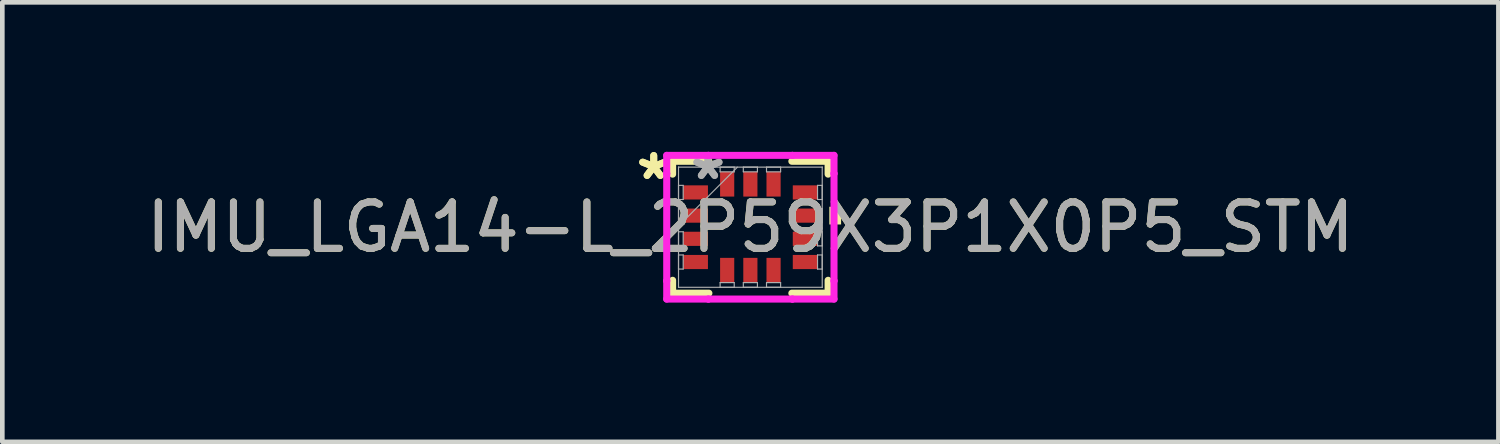
<source format=kicad_pcb>
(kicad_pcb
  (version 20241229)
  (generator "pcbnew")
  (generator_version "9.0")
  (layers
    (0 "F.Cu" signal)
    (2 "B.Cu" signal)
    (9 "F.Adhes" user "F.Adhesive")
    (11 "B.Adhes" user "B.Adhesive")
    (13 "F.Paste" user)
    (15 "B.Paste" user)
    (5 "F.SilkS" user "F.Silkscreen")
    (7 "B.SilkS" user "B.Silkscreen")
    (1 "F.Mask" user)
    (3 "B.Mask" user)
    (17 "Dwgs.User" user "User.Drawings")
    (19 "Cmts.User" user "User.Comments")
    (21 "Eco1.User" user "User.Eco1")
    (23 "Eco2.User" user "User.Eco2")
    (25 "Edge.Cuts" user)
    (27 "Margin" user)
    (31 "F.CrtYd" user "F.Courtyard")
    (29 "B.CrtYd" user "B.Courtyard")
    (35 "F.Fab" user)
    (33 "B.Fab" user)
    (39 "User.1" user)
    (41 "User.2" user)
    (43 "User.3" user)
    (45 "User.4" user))
  (footprint "IMU_LGA14-L_2P59X3P1X0P5_STM"
    (layer "F.Cu")
    (at 13.125 1.848)
    (property "Reference" "IMU_LGA14-L_2P59X3P1X0P5_STM" (at 0 0 0) (unlocked yes) (layer "F.SilkS") (effects (font (size 1 1) (thickness 0.15))))
    (attr smd)
    (fp_line (start -1.676 -1.422) (end -1.676 -1.144) (stroke (width 0.152) (type solid)) (layer "F.SilkS"))
    (fp_line (start -1.676 1.144) (end -1.676 1.422) (stroke (width 0.152) (type solid)) (layer "F.SilkS"))
    (fp_line (start -1.676 1.422) (end -0.894 1.422) (stroke (width 0.152) (type solid)) (layer "F.SilkS"))
    (fp_line (start -0.894 -1.422) (end -1.676 -1.422) (stroke (width 0.152) (type solid)) (layer "F.SilkS"))
    (fp_line (start 0.894 1.422) (end 1.676 1.422) (stroke (width 0.152) (type solid)) (layer "F.SilkS"))
    (fp_line (start 1.676 -1.422) (end 0.894 -1.422) (stroke (width 0.152) (type solid)) (layer "F.SilkS"))
    (fp_line (start 1.676 -1.144) (end 1.676 -1.422) (stroke (width 0.152) (type solid)) (layer "F.SilkS"))
    (fp_line (start 1.676 1.422) (end 1.676 1.144) (stroke (width 0.152) (type solid)) (layer "F.SilkS"))
    (fp_poly (pts (xy 1.956 -0.441) (xy 1.956 -0.059) (xy 1.702 -0.059) (xy 1.702 -0.441)) (stroke (width 0) (type solid)) (fill yes) (layer "F.SilkS"))
    (fp_line (start -1.803 -1.549) (end -0.906 -1.549) (stroke (width 0.152) (type solid)) (layer "F.CrtYd"))
    (fp_line (start -1.803 -1.156) (end -1.803 -1.549) (stroke (width 0.152) (type solid)) (layer "F.CrtYd"))
    (fp_line (start -1.803 -1.156) (end -1.803 -1.156) (stroke (width 0.152) (type solid)) (layer "F.CrtYd"))
    (fp_line (start -1.803 1.156) (end -1.803 -1.156) (stroke (width 0.152) (type solid)) (layer "F.CrtYd"))
    (fp_line (start -1.803 1.156) (end -1.803 1.156) (stroke (width 0.152) (type solid)) (layer "F.CrtYd"))
    (fp_line (start -1.803 1.549) (end -1.803 1.156) (stroke (width 0.152) (type solid)) (layer "F.CrtYd"))
    (fp_line (start -0.906 -1.549) (end -0.906 -1.549) (stroke (width 0.152) (type solid)) (layer "F.CrtYd"))
    (fp_line (start -0.906 -1.549) (end 0.906 -1.549) (stroke (width 0.152) (type solid)) (layer "F.CrtYd"))
    (fp_line (start -0.906 1.549) (end -1.803 1.549) (stroke (width 0.152) (type solid)) (layer "F.CrtYd"))
    (fp_line (start -0.906 1.549) (end -0.906 1.549) (stroke (width 0.152) (type solid)) (layer "F.CrtYd"))
    (fp_line (start 0.906 -1.549) (end 0.906 -1.549) (stroke (width 0.152) (type solid)) (layer "F.CrtYd"))
    (fp_line (start 0.906 -1.549) (end 1.803 -1.549) (stroke (width 0.152) (type solid)) (layer "F.CrtYd"))
    (fp_line (start 0.906 1.549) (end -0.906 1.549) (stroke (width 0.152) (type solid)) (layer "F.CrtYd"))
    (fp_line (start 0.906 1.549) (end 0.906 1.549) (stroke (width 0.152) (type solid)) (layer "F.CrtYd"))
    (fp_line (start 1.803 -1.549) (end 1.803 -1.156) (stroke (width 0.152) (type solid)) (layer "F.CrtYd"))
    (fp_line (start 1.803 -1.156) (end 1.803 -1.156) (stroke (width 0.152) (type solid)) (layer "F.CrtYd"))
    (fp_line (start 1.803 -1.156) (end 1.803 1.156) (stroke (width 0.152) (type solid)) (layer "F.CrtYd"))
    (fp_line (start 1.803 1.156) (end 1.803 1.156) (stroke (width 0.152) (type solid)) (layer "F.CrtYd"))
    (fp_line (start 1.803 1.156) (end 1.803 1.549) (stroke (width 0.152) (type solid)) (layer "F.CrtYd"))
    (fp_line (start 1.803 1.549) (end 0.906 1.549) (stroke (width 0.152) (type solid)) (layer "F.CrtYd"))
    (fp_line (start -1.549 -1.295) (end -1.549 -1.295) (stroke (width 0.025) (type solid)) (layer "F.Fab"))
    (fp_line (start -1.549 -1.295) (end -1.549 1.295) (stroke (width 0.025) (type solid)) (layer "F.Fab"))
    (fp_line (start -1.549 -0.902) (end -1.448 -0.902) (stroke (width 0.025) (type solid)) (layer "F.Fab"))
    (fp_line (start -1.549 -0.598) (end -1.549 -0.902) (stroke (width 0.025) (type solid)) (layer "F.Fab"))
    (fp_line (start -1.549 -0.402) (end -1.448 -0.402) (stroke (width 0.025) (type solid)) (layer "F.Fab"))
    (fp_line (start -1.549 -0.098) (end -1.549 -0.402) (stroke (width 0.025) (type solid)) (layer "F.Fab"))
    (fp_line (start -1.549 -0.025) (end -0.279 -1.295) (stroke (width 0.025) (type solid)) (layer "F.Fab"))
    (fp_line (start -1.549 0.098) (end -1.448 0.098) (stroke (width 0.025) (type solid)) (layer "F.Fab"))
    (fp_line (start -1.549 0.402) (end -1.549 0.098) (stroke (width 0.025) (type solid)) (layer "F.Fab"))
    (fp_line (start -1.549 0.598) (end -1.448 0.598) (stroke (width 0.025) (type solid)) (layer "F.Fab"))
    (fp_line (start -1.549 0.902) (end -1.549 0.598) (stroke (width 0.025) (type solid)) (layer "F.Fab"))
    (fp_line (start -1.549 1.295) (end -1.549 1.295) (stroke (width 0.025) (type solid)) (layer "F.Fab"))
    (fp_line (start -1.549 1.295) (end 1.549 1.295) (stroke (width 0.025) (type solid)) (layer "F.Fab"))
    (fp_line (start -1.448 -0.902) (end -1.448 -0.598) (stroke (width 0.025) (type solid)) (layer "F.Fab"))
    (fp_line (start -1.448 -0.598) (end -1.549 -0.598) (stroke (width 0.025) (type solid)) (layer "F.Fab"))
    (fp_line (start -1.448 -0.402) (end -1.448 -0.098) (stroke (width 0.025) (type solid)) (layer "F.Fab"))
    (fp_line (start -1.448 -0.098) (end -1.549 -0.098) (stroke (width 0.025) (type solid)) (layer "F.Fab"))
    (fp_line (start -1.448 0.098) (end -1.448 0.402) (stroke (width 0.025) (type solid)) (layer "F.Fab"))
    (fp_line (start -1.448 0.402) (end -1.549 0.402) (stroke (width 0.025) (type solid)) (layer "F.Fab"))
    (fp_line (start -1.448 0.598) (end -1.448 0.902) (stroke (width 0.025) (type solid)) (layer "F.Fab"))
    (fp_line (start -1.448 0.902) (end -1.549 0.902) (stroke (width 0.025) (type solid)) (layer "F.Fab"))
    (fp_line (start -0.652 -1.295) (end -0.348 -1.295) (stroke (width 0.025) (type solid)) (layer "F.Fab"))
    (fp_line (start -0.652 -1.194) (end -0.652 -1.295) (stroke (width 0.025) (type solid)) (layer "F.Fab"))
    (fp_line (start -0.652 1.194) (end -0.348 1.194) (stroke (width 0.025) (type solid)) (layer "F.Fab"))
    (fp_line (start -0.652 1.295) (end -0.652 1.194) (stroke (width 0.025) (type solid)) (layer "F.Fab"))
    (fp_line (start -0.348 -1.295) (end -0.348 -1.194) (stroke (width 0.025) (type solid)) (layer "F.Fab"))
    (fp_line (start -0.348 -1.194) (end -0.652 -1.194) (stroke (width 0.025) (type solid)) (layer "F.Fab"))
    (fp_line (start -0.348 1.194) (end -0.348 1.295) (stroke (width 0.025) (type solid)) (layer "F.Fab"))
    (fp_line (start -0.348 1.295) (end -0.652 1.295) (stroke (width 0.025) (type solid)) (layer "F.Fab"))
    (fp_line (start -0.152 -1.295) (end 0.152 -1.295) (stroke (width 0.025) (type solid)) (layer "F.Fab"))
    (fp_line (start -0.152 -1.194) (end -0.152 -1.295) (stroke (width 0.025) (type solid)) (layer "F.Fab"))
    (fp_line (start -0.152 1.194) (end 0.152 1.194) (stroke (width 0.025) (type solid)) (layer "F.Fab"))
    (fp_line (start -0.152 1.295) (end -0.152 1.194) (stroke (width 0.025) (type solid)) (layer "F.Fab"))
    (fp_line (start 0.152 -1.295) (end 0.152 -1.194) (stroke (width 0.025) (type solid)) (layer "F.Fab"))
    (fp_line (start 0.152 -1.194) (end -0.152 -1.194) (stroke (width 0.025) (type solid)) (layer "F.Fab"))
    (fp_line (start 0.152 1.194) (end 0.152 1.295) (stroke (width 0.025) (type solid)) (layer "F.Fab"))
    (fp_line (start 0.152 1.295) (end -0.152 1.295) (stroke (width 0.025) (type solid)) (layer "F.Fab"))
    (fp_line (start 0.348 -1.295) (end 0.652 -1.295) (stroke (width 0.025) (type solid)) (layer "F.Fab"))
    (fp_line (start 0.348 -1.194) (end 0.348 -1.295) (stroke (width 0.025) (type solid)) (layer "F.Fab"))
    (fp_line (start 0.348 1.194) (end 0.652 1.194) (stroke (width 0.025) (type solid)) (layer "F.Fab"))
    (fp_line (start 0.348 1.295) (end 0.348 1.194) (stroke (width 0.025) (type solid)) (layer "F.Fab"))
    (fp_line (start 0.652 -1.295) (end 0.652 -1.194) (stroke (width 0.025) (type solid)) (layer "F.Fab"))
    (fp_line (start 0.652 -1.194) (end 0.348 -1.194) (stroke (width 0.025) (type solid)) (layer "F.Fab"))
    (fp_line (start 0.652 1.194) (end 0.652 1.295) (stroke (width 0.025) (type solid)) (layer "F.Fab"))
    (fp_line (start 0.652 1.295) (end 0.348 1.295) (stroke (width 0.025) (type solid)) (layer "F.Fab"))
    (fp_line (start 1.448 -0.902) (end 1.549 -0.902) (stroke (width 0.025) (type solid)) (layer "F.Fab"))
    (fp_line (start 1.448 -0.598) (end 1.448 -0.902) (stroke (width 0.025) (type solid)) (layer "F.Fab"))
    (fp_line (start 1.448 -0.402) (end 1.549 -0.402) (stroke (width 0.025) (type solid)) (layer "F.Fab"))
    (fp_line (start 1.448 -0.098) (end 1.448 -0.402) (stroke (width 0.025) (type solid)) (layer "F.Fab"))
    (fp_line (start 1.448 0.098) (end 1.549 0.098) (stroke (width 0.025) (type solid)) (layer "F.Fab"))
    (fp_line (start 1.448 0.402) (end 1.448 0.098) (stroke (width 0.025) (type solid)) (layer "F.Fab"))
    (fp_line (start 1.448 0.598) (end 1.549 0.598) (stroke (width 0.025) (type solid)) (layer "F.Fab"))
    (fp_line (start 1.448 0.902) (end 1.448 0.598) (stroke (width 0.025) (type solid)) (layer "F.Fab"))
    (fp_line (start 1.549 -1.295) (end -1.549 -1.295) (stroke (width 0.025) (type solid)) (layer "F.Fab"))
    (fp_line (start 1.549 -1.295) (end 1.549 -1.295) (stroke (width 0.025) (type solid)) (layer "F.Fab"))
    (fp_line (start 1.549 -0.902) (end 1.549 -0.598) (stroke (width 0.025) (type solid)) (layer "F.Fab"))
    (fp_line (start 1.549 -0.598) (end 1.448 -0.598) (stroke (width 0.025) (type solid)) (layer "F.Fab"))
    (fp_line (start 1.549 -0.402) (end 1.549 -0.098) (stroke (width 0.025) (type solid)) (layer "F.Fab"))
    (fp_line (start 1.549 -0.098) (end 1.448 -0.098) (stroke (width 0.025) (type solid)) (layer "F.Fab"))
    (fp_line (start 1.549 0.098) (end 1.549 0.402) (stroke (width 0.025) (type solid)) (layer "F.Fab"))
    (fp_line (start 1.549 0.402) (end 1.448 0.402) (stroke (width 0.025) (type solid)) (layer "F.Fab"))
    (fp_line (start 1.549 0.598) (end 1.549 0.902) (stroke (width 0.025) (type solid)) (layer "F.Fab"))
    (fp_line (start 1.549 0.902) (end 1.448 0.902) (stroke (width 0.025) (type solid)) (layer "F.Fab"))
    (fp_line (start 1.549 1.295) (end 1.549 -1.295) (stroke (width 0.025) (type solid)) (layer "F.Fab"))
    (fp_line (start 1.549 1.295) (end 1.549 1.295) (stroke (width 0.025) (type solid)) (layer "F.Fab"))
    (fp_text user "*" (at -2.083 -1 0) (unlocked yes) (layer "F.SilkS") (effects (font (size 1 1) (thickness 0.15))))
    (fp_text user "*" (at -2.083 -1 0) (layer "F.SilkS") (effects (font (size 1 1) (thickness 0.15))))
    (fp_text user "${REFERENCE}" (at 0 0 0) (unlocked yes) (layer "F.Fab") (effects (font (size 1 1) (thickness 0.15))))
    (fp_text user "*" (at -0.914 -1 0) (unlocked yes) (layer "F.Fab") (effects (font (size 1 1) (thickness 0.15))))
    (fp_text user "*" (at -0.914 -1 0) (layer "F.Fab") (effects (font (size 1 1) (thickness 0.15))))
    (pad "1" smd rect (at -1.181 -0.75 90) (size 0.305 0.533) (layers "F.Cu" "F.Mask" "F.Paste"))
    (pad "2" smd rect (at -1.181 -0.25 90) (size 0.305 0.533) (layers "F.Cu" "F.Mask" "F.Paste"))
    (pad "3" smd rect (at -1.181 0.25 90) (size 0.305 0.533) (layers "F.Cu" "F.Mask" "F.Paste"))
    (pad "4" smd rect (at -1.181 0.75 90) (size 0.305 0.533) (layers "F.Cu" "F.Mask" "F.Paste"))
    (pad "5" smd rect (at -0.5 0.927) (size 0.305 0.533) (layers "F.Cu" "F.Mask" "F.Paste"))
    (pad "6" smd rect (at 0 0.927) (size 0.305 0.533) (layers "F.Cu" "F.Mask" "F.Paste"))
    (pad "7" smd rect (at 0.5 0.927) (size 0.305 0.533) (layers "F.Cu" "F.Mask" "F.Paste"))
    (pad "8" smd rect (at 1.181 0.75 90) (size 0.305 0.533) (layers "F.Cu" "F.Mask" "F.Paste"))
    (pad "9" smd rect (at 1.181 0.25 90) (size 0.305 0.533) (layers "F.Cu" "F.Mask" "F.Paste"))
    (pad "10" smd rect (at 1.181 -0.25 90) (size 0.305 0.533) (layers "F.Cu" "F.Mask" "F.Paste"))
    (pad "11" smd rect (at 1.181 -0.75 90) (size 0.305 0.533) (layers "F.Cu" "F.Mask" "F.Paste"))
    (pad "12" smd rect (at 0.5 -0.927) (size 0.305 0.533) (layers "F.Cu" "F.Mask" "F.Paste"))
    (pad "13" smd rect (at 0 -0.927) (size 0.305 0.533) (layers "F.Cu" "F.Mask" "F.Paste"))
    (pad "14" smd rect (at -0.5 -0.927) (size 0.305 0.533) (layers "F.Cu" "F.Mask" "F.Paste")))
  (gr_rect
    (start -3 -3)
    (end 29.25 6.474)
    (stroke (width 0.1) (type default))
    (fill no)
    (layer "Edge.Cuts")))
</source>
